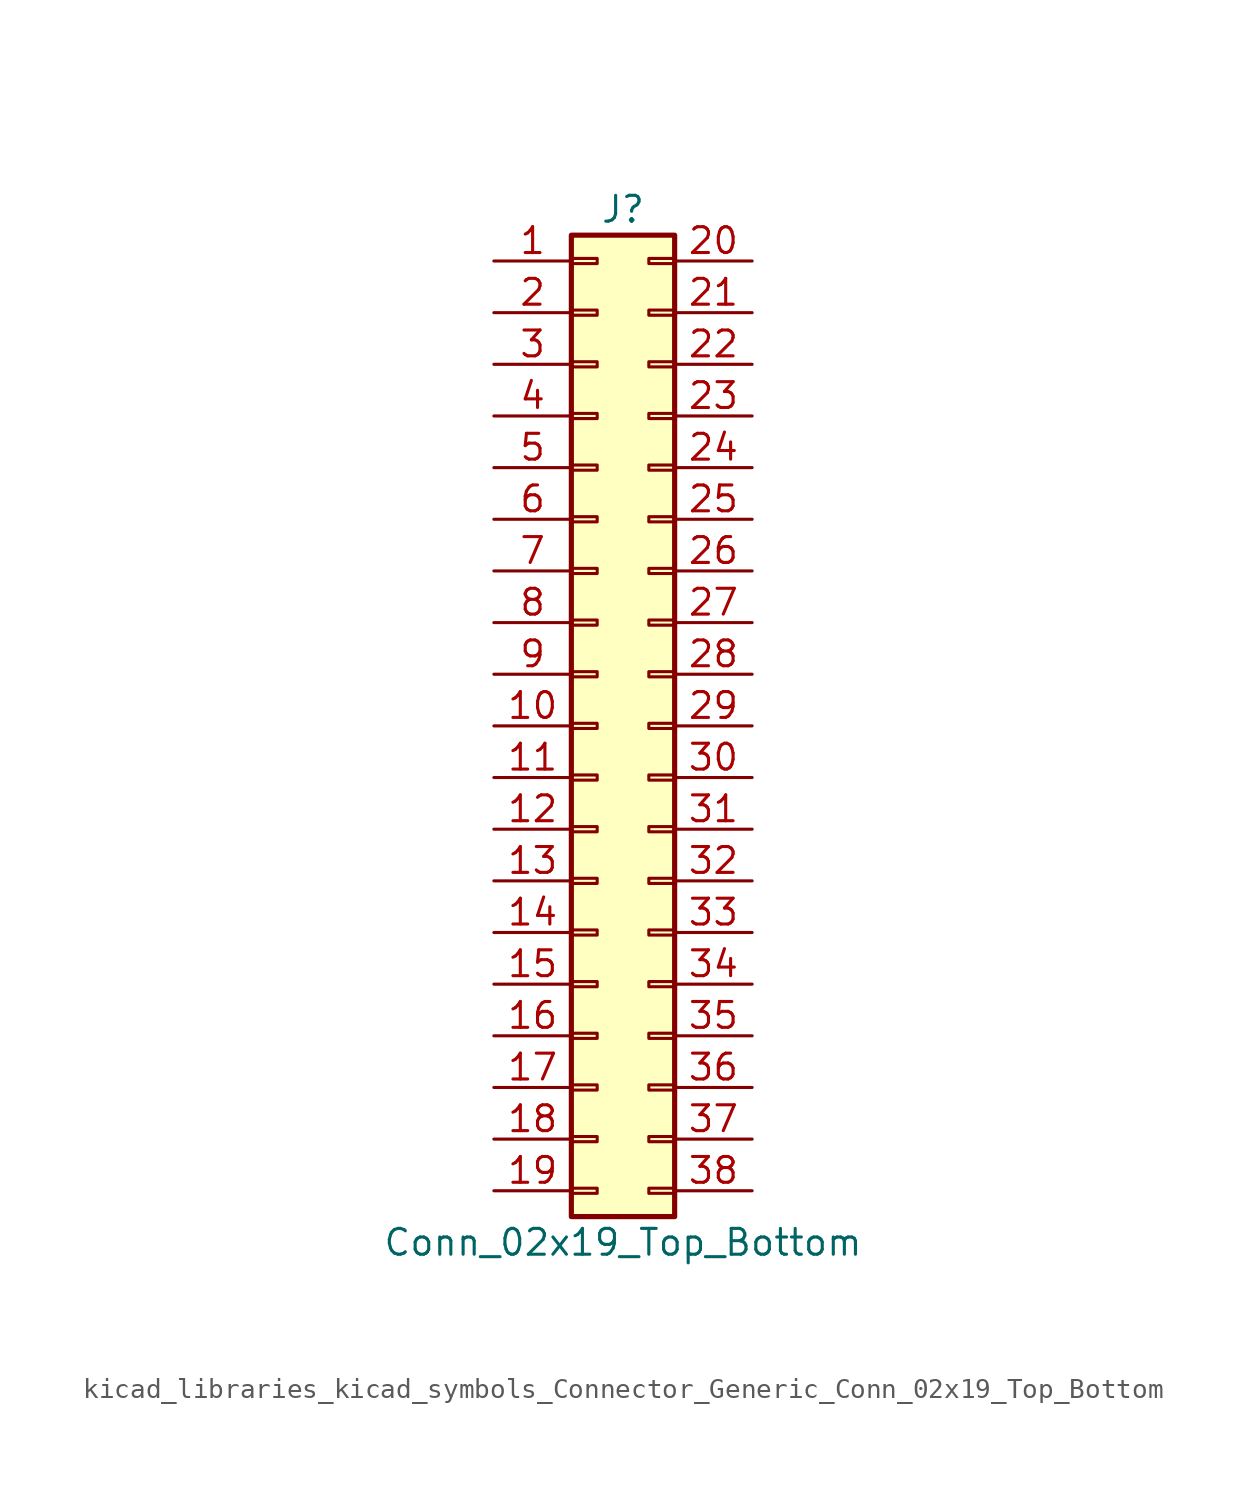
<source format=kicad_sym>
(kicad_symbol_lib
  (version 20220914)
  (generator kicad_symbol_editor)
  (symbol "kicad_libraries_kicad_symbols_Connector_Generic_Conn_02x19_Top_Bottom"
    (pin_names
      (offset 1.016) hide)
    (property "Reference" "J"
      (at 1.27 25.4 0)
      (effects (font (size 1.27 1.27))))
    (property "Value" "Conn_02x19_Top_Bottom"
      (at 1.27 -25.4 0)
      (effects (font (size 1.27 1.27))))
    (symbol "kicad_libraries_kicad_symbols_Connector_Generic_Conn_02x19_Top_Bottom_1_1"
      (rectangle (start -1.27 -22.733) (end 0 -22.987) (stroke (width 0.152) (type default)) (fill (type none)))
      (rectangle (start -1.27 -20.193) (end 0 -20.447) (stroke (width 0.152) (type default)) (fill (type none)))
      (rectangle (start -1.27 -17.653) (end 0 -17.907) (stroke (width 0.152) (type default)) (fill (type none)))
      (rectangle (start -1.27 -15.113) (end 0 -15.367) (stroke (width 0.152) (type default)) (fill (type none)))
      (rectangle (start -1.27 -12.573) (end 0 -12.827) (stroke (width 0.152) (type default)) (fill (type none)))
      (rectangle (start -1.27 -10.033) (end 0 -10.287) (stroke (width 0.152) (type default)) (fill (type none)))
      (rectangle (start -1.27 -7.493) (end 0 -7.747) (stroke (width 0.152) (type default)) (fill (type none)))
      (rectangle (start -1.27 -4.953) (end 0 -5.207) (stroke (width 0.152) (type default)) (fill (type none)))
      (rectangle (start -1.27 -2.413) (end 0 -2.667) (stroke (width 0.152) (type default)) (fill (type none)))
      (rectangle (start -1.27 0.127) (end 0 -0.127) (stroke (width 0.152) (type default)) (fill (type none)))
      (rectangle (start -1.27 2.667) (end 0 2.413) (stroke (width 0.152) (type default)) (fill (type none)))
      (rectangle (start -1.27 5.207) (end 0 4.953) (stroke (width 0.152) (type default)) (fill (type none)))
      (rectangle (start -1.27 7.747) (end 0 7.493) (stroke (width 0.152) (type default)) (fill (type none)))
      (rectangle (start -1.27 10.287) (end 0 10.033) (stroke (width 0.152) (type default)) (fill (type none)))
      (rectangle (start -1.27 12.827) (end 0 12.573) (stroke (width 0.152) (type default)) (fill (type none)))
      (rectangle (start -1.27 15.367) (end 0 15.113) (stroke (width 0.152) (type default)) (fill (type none)))
      (rectangle (start -1.27 17.907) (end 0 17.653) (stroke (width 0.152) (type default)) (fill (type none)))
      (rectangle (start -1.27 20.447) (end 0 20.193) (stroke (width 0.152) (type default)) (fill (type none)))
      (rectangle (start -1.27 22.987) (end 0 22.733) (stroke (width 0.152) (type default)) (fill (type none)))
      (rectangle (start -1.27 24.13) (end 3.81 -24.13) (stroke (width 0.254) (type default)) (fill (type background)))
      (rectangle (start 3.81 -22.733) (end 2.54 -22.987) (stroke (width 0.152) (type default)) (fill (type none)))
      (rectangle (start 3.81 -20.193) (end 2.54 -20.447) (stroke (width 0.152) (type default)) (fill (type none)))
      (rectangle (start 3.81 -17.653) (end 2.54 -17.907) (stroke (width 0.152) (type default)) (fill (type none)))
      (rectangle (start 3.81 -15.113) (end 2.54 -15.367) (stroke (width 0.152) (type default)) (fill (type none)))
      (rectangle (start 3.81 -12.573) (end 2.54 -12.827) (stroke (width 0.152) (type default)) (fill (type none)))
      (rectangle (start 3.81 -10.033) (end 2.54 -10.287) (stroke (width 0.152) (type default)) (fill (type none)))
      (rectangle (start 3.81 -7.493) (end 2.54 -7.747) (stroke (width 0.152) (type default)) (fill (type none)))
      (rectangle (start 3.81 -4.953) (end 2.54 -5.207) (stroke (width 0.152) (type default)) (fill (type none)))
      (rectangle (start 3.81 -2.413) (end 2.54 -2.667) (stroke (width 0.152) (type default)) (fill (type none)))
      (rectangle (start 3.81 0.127) (end 2.54 -0.127) (stroke (width 0.152) (type default)) (fill (type none)))
      (rectangle (start 3.81 2.667) (end 2.54 2.413) (stroke (width 0.152) (type default)) (fill (type none)))
      (rectangle (start 3.81 5.207) (end 2.54 4.953) (stroke (width 0.152) (type default)) (fill (type none)))
      (rectangle (start 3.81 7.747) (end 2.54 7.493) (stroke (width 0.152) (type default)) (fill (type none)))
      (rectangle (start 3.81 10.287) (end 2.54 10.033) (stroke (width 0.152) (type default)) (fill (type none)))
      (rectangle (start 3.81 12.827) (end 2.54 12.573) (stroke (width 0.152) (type default)) (fill (type none)))
      (rectangle (start 3.81 15.367) (end 2.54 15.113) (stroke (width 0.152) (type default)) (fill (type none)))
      (rectangle (start 3.81 17.907) (end 2.54 17.653) (stroke (width 0.152) (type default)) (fill (type none)))
      (rectangle (start 3.81 20.447) (end 2.54 20.193) (stroke (width 0.152) (type default)) (fill (type none)))
      (rectangle (start 3.81 22.987) (end 2.54 22.733) (stroke (width 0.152) (type default)) (fill (type none)))
      (pin passive line (at -5.08 22.86 0) (length 3.81) (name "Pin_1" (effects (font (size 1.27 1.27)))) (number "1" (effects (font (size 1.27 1.27)))))
      (pin passive line (at -5.08 0 0) (length 3.81) (name "Pin_10" (effects (font (size 1.27 1.27)))) (number "10" (effects (font (size 1.27 1.27)))))
      (pin passive line (at -5.08 -2.54 0) (length 3.81) (name "Pin_11" (effects (font (size 1.27 1.27)))) (number "11" (effects (font (size 1.27 1.27)))))
      (pin passive line (at -5.08 -5.08 0) (length 3.81) (name "Pin_12" (effects (font (size 1.27 1.27)))) (number "12" (effects (font (size 1.27 1.27)))))
      (pin passive line (at -5.08 -7.62 0) (length 3.81) (name "Pin_13" (effects (font (size 1.27 1.27)))) (number "13" (effects (font (size 1.27 1.27)))))
      (pin passive line (at -5.08 -10.16 0) (length 3.81) (name "Pin_14" (effects (font (size 1.27 1.27)))) (number "14" (effects (font (size 1.27 1.27)))))
      (pin passive line (at -5.08 -12.7 0) (length 3.81) (name "Pin_15" (effects (font (size 1.27 1.27)))) (number "15" (effects (font (size 1.27 1.27)))))
      (pin passive line (at -5.08 -15.24 0) (length 3.81) (name "Pin_16" (effects (font (size 1.27 1.27)))) (number "16" (effects (font (size 1.27 1.27)))))
      (pin passive line (at -5.08 -17.78 0) (length 3.81) (name "Pin_17" (effects (font (size 1.27 1.27)))) (number "17" (effects (font (size 1.27 1.27)))))
      (pin passive line (at -5.08 -20.32 0) (length 3.81) (name "Pin_18" (effects (font (size 1.27 1.27)))) (number "18" (effects (font (size 1.27 1.27)))))
      (pin passive line (at -5.08 -22.86 0) (length 3.81) (name "Pin_19" (effects (font (size 1.27 1.27)))) (number "19" (effects (font (size 1.27 1.27)))))
      (pin passive line (at -5.08 20.32 0) (length 3.81) (name "Pin_2" (effects (font (size 1.27 1.27)))) (number "2" (effects (font (size 1.27 1.27)))))
      (pin passive line (at 7.62 22.86 180) (length 3.81) (name "Pin_20" (effects (font (size 1.27 1.27)))) (number "20" (effects (font (size 1.27 1.27)))))
      (pin passive line (at 7.62 20.32 180) (length 3.81) (name "Pin_21" (effects (font (size 1.27 1.27)))) (number "21" (effects (font (size 1.27 1.27)))))
      (pin passive line (at 7.62 17.78 180) (length 3.81) (name "Pin_22" (effects (font (size 1.27 1.27)))) (number "22" (effects (font (size 1.27 1.27)))))
      (pin passive line (at 7.62 15.24 180) (length 3.81) (name "Pin_23" (effects (font (size 1.27 1.27)))) (number "23" (effects (font (size 1.27 1.27)))))
      (pin passive line (at 7.62 12.7 180) (length 3.81) (name "Pin_24" (effects (font (size 1.27 1.27)))) (number "24" (effects (font (size 1.27 1.27)))))
      (pin passive line (at 7.62 10.16 180) (length 3.81) (name "Pin_25" (effects (font (size 1.27 1.27)))) (number "25" (effects (font (size 1.27 1.27)))))
      (pin passive line (at 7.62 7.62 180) (length 3.81) (name "Pin_26" (effects (font (size 1.27 1.27)))) (number "26" (effects (font (size 1.27 1.27)))))
      (pin passive line (at 7.62 5.08 180) (length 3.81) (name "Pin_27" (effects (font (size 1.27 1.27)))) (number "27" (effects (font (size 1.27 1.27)))))
      (pin passive line (at 7.62 2.54 180) (length 3.81) (name "Pin_28" (effects (font (size 1.27 1.27)))) (number "28" (effects (font (size 1.27 1.27)))))
      (pin passive line (at 7.62 0 180) (length 3.81) (name "Pin_29" (effects (font (size 1.27 1.27)))) (number "29" (effects (font (size 1.27 1.27)))))
      (pin passive line (at -5.08 17.78 0) (length 3.81) (name "Pin_3" (effects (font (size 1.27 1.27)))) (number "3" (effects (font (size 1.27 1.27)))))
      (pin passive line (at 7.62 -2.54 180) (length 3.81) (name "Pin_30" (effects (font (size 1.27 1.27)))) (number "30" (effects (font (size 1.27 1.27)))))
      (pin passive line (at 7.62 -5.08 180) (length 3.81) (name "Pin_31" (effects (font (size 1.27 1.27)))) (number "31" (effects (font (size 1.27 1.27)))))
      (pin passive line (at 7.62 -7.62 180) (length 3.81) (name "Pin_32" (effects (font (size 1.27 1.27)))) (number "32" (effects (font (size 1.27 1.27)))))
      (pin passive line (at 7.62 -10.16 180) (length 3.81) (name "Pin_33" (effects (font (size 1.27 1.27)))) (number "33" (effects (font (size 1.27 1.27)))))
      (pin passive line (at 7.62 -12.7 180) (length 3.81) (name "Pin_34" (effects (font (size 1.27 1.27)))) (number "34" (effects (font (size 1.27 1.27)))))
      (pin passive line (at 7.62 -15.24 180) (length 3.81) (name "Pin_35" (effects (font (size 1.27 1.27)))) (number "35" (effects (font (size 1.27 1.27)))))
      (pin passive line (at 7.62 -17.78 180) (length 3.81) (name "Pin_36" (effects (font (size 1.27 1.27)))) (number "36" (effects (font (size 1.27 1.27)))))
      (pin passive line (at 7.62 -20.32 180) (length 3.81) (name "Pin_37" (effects (font (size 1.27 1.27)))) (number "37" (effects (font (size 1.27 1.27)))))
      (pin passive line (at 7.62 -22.86 180) (length 3.81) (name "Pin_38" (effects (font (size 1.27 1.27)))) (number "38" (effects (font (size 1.27 1.27)))))
      (pin passive line (at -5.08 15.24 0) (length 3.81) (name "Pin_4" (effects (font (size 1.27 1.27)))) (number "4" (effects (font (size 1.27 1.27)))))
      (pin passive line (at -5.08 12.7 0) (length 3.81) (name "Pin_5" (effects (font (size 1.27 1.27)))) (number "5" (effects (font (size 1.27 1.27)))))
      (pin passive line (at -5.08 10.16 0) (length 3.81) (name "Pin_6" (effects (font (size 1.27 1.27)))) (number "6" (effects (font (size 1.27 1.27)))))
      (pin passive line (at -5.08 7.62 0) (length 3.81) (name "Pin_7" (effects (font (size 1.27 1.27)))) (number "7" (effects (font (size 1.27 1.27)))))
      (pin passive line (at -5.08 5.08 0) (length 3.81) (name "Pin_8" (effects (font (size 1.27 1.27)))) (number "8" (effects (font (size 1.27 1.27)))))
      (pin passive line (at -5.08 2.54 0) (length 3.81) (name "Pin_9" (effects (font (size 1.27 1.27)))) (number "9" (effects (font (size 1.27 1.27))))))))
</source>
